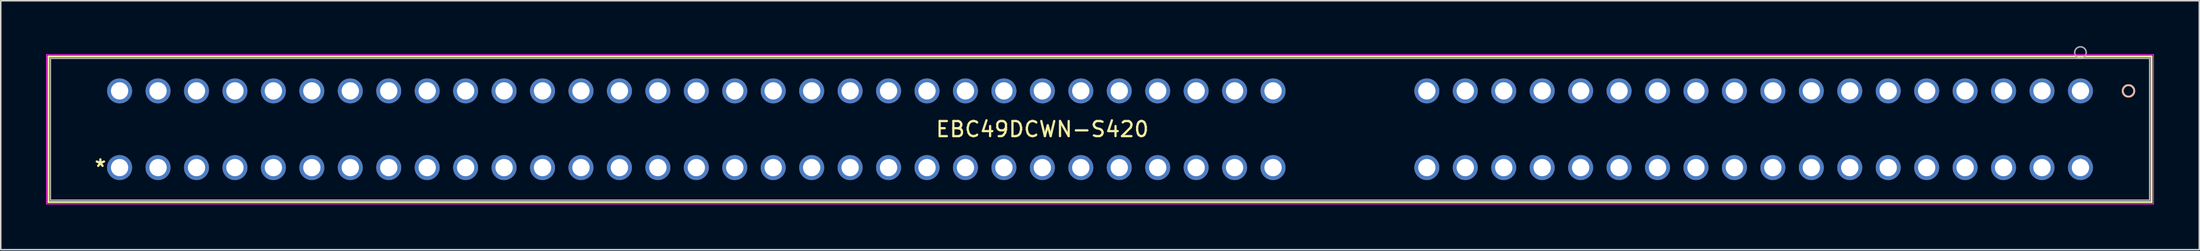
<source format=kicad_pcb>
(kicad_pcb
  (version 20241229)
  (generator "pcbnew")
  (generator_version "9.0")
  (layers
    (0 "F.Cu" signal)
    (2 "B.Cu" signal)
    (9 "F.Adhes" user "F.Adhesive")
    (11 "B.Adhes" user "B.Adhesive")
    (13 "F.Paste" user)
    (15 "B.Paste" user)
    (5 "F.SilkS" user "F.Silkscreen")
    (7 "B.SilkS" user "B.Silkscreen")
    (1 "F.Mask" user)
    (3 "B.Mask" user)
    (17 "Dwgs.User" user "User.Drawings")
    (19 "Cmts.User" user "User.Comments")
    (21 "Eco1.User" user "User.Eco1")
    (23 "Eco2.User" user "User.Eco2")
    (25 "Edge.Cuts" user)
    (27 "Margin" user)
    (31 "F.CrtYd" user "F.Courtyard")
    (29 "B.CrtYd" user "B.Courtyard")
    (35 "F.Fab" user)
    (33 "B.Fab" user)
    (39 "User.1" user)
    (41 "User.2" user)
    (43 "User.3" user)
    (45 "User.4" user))
  (footprint "EBC49DCWN-S420"
    (layer "F.Cu")
    (at 4.851 8.051)
    (property "Reference" "EBC49DCWN-S420" (at 60.96 -2.54 0) (layer "F.SilkS") (effects (font (size 1 1) (thickness 0.15))))
    (attr through_hole)
    (fp_line (start -4.699 -7.366) (end -4.699 2.286) (stroke (width 0.12) (type solid)) (layer "F.SilkS"))
    (fp_line (start -4.699 2.286) (end 134.239 2.286) (stroke (width 0.12) (type solid)) (layer "F.SilkS"))
    (fp_line (start 134.239 -7.366) (end -4.699 -7.366) (stroke (width 0.12) (type solid)) (layer "F.SilkS"))
    (fp_line (start 134.239 2.286) (end 134.239 -7.366) (stroke (width 0.12) (type solid)) (layer "F.SilkS"))
    (fp_circle (center 132.715 -5.08) (end 133.096 -5.08) (stroke (width 0.12) (type solid)) (fill no) (layer "F.SilkS"))
    (fp_circle (center 132.715 -5.08) (end 133.096 -5.08) (stroke (width 0.12) (type solid)) (fill no) (layer "B.SilkS"))
    (fp_line (start -4.826 -7.493) (end -4.826 2.413) (stroke (width 0.05) (type solid)) (layer "F.CrtYd"))
    (fp_line (start -4.826 -7.493) (end -4.826 2.413) (stroke (width 0.05) (type solid)) (layer "F.CrtYd"))
    (fp_line (start -4.826 2.413) (end 134.366 2.413) (stroke (width 0.05) (type solid)) (layer "F.CrtYd"))
    (fp_line (start -4.826 2.413) (end 134.366 2.413) (stroke (width 0.05) (type solid)) (layer "F.CrtYd"))
    (fp_line (start 134.366 -7.493) (end -4.826 -7.493) (stroke (width 0.05) (type solid)) (layer "F.CrtYd"))
    (fp_line (start 134.366 -7.493) (end -4.826 -7.493) (stroke (width 0.05) (type solid)) (layer "F.CrtYd"))
    (fp_line (start 134.366 2.413) (end 134.366 -7.493) (stroke (width 0.05) (type solid)) (layer "F.CrtYd"))
    (fp_line (start 134.366 2.413) (end 134.366 -7.493) (stroke (width 0.05) (type solid)) (layer "F.CrtYd"))
    (fp_line (start -4.572 -7.239) (end -4.572 2.159) (stroke (width 0.1) (type solid)) (layer "F.Fab"))
    (fp_line (start -4.572 2.159) (end 134.112 2.159) (stroke (width 0.1) (type solid)) (layer "F.Fab"))
    (fp_line (start 134.112 -7.239) (end -4.572 -7.239) (stroke (width 0.1) (type solid)) (layer "F.Fab"))
    (fp_line (start 134.112 2.159) (end 134.112 -7.239) (stroke (width 0.1) (type solid)) (layer "F.Fab"))
    (fp_circle (center 129.54 -7.62) (end 129.921 -7.62) (stroke (width 0.1) (type solid)) (fill no) (layer "F.Fab"))
    (fp_text user "*" (at -1.27 0 0) (layer "F.SilkS") (effects (font (size 1 1) (thickness 0.15))))
    (fp_text user "*" (at 129.54 0 0) (layer "F.Fab") (effects (font (size 1 1) (thickness 0.15))))
    (pad "1" thru_hole circle (at 0 0) (size 1.651 1.651) (drill 1.143) (layers "*.Cu" "*.Mask"))
    (pad "2" thru_hole circle (at 2.54 0) (size 1.651 1.651) (drill 1.143) (layers "*.Cu" "*.Mask"))
    (pad "3" thru_hole circle (at 5.08 0) (size 1.651 1.651) (drill 1.143) (layers "*.Cu" "*.Mask"))
    (pad "4" thru_hole circle (at 7.62 0) (size 1.651 1.651) (drill 1.143) (layers "*.Cu" "*.Mask"))
    (pad "5" thru_hole circle (at 10.16 0) (size 1.651 1.651) (drill 1.143) (layers "*.Cu" "*.Mask"))
    (pad "6" thru_hole circle (at 12.7 0) (size 1.651 1.651) (drill 1.143) (layers "*.Cu" "*.Mask"))
    (pad "7" thru_hole circle (at 15.24 0) (size 1.651 1.651) (drill 1.143) (layers "*.Cu" "*.Mask"))
    (pad "8" thru_hole circle (at 17.78 0) (size 1.651 1.651) (drill 1.143) (layers "*.Cu" "*.Mask"))
    (pad "9" thru_hole circle (at 20.32 0) (size 1.651 1.651) (drill 1.143) (layers "*.Cu" "*.Mask"))
    (pad "10" thru_hole circle (at 22.86 0) (size 1.651 1.651) (drill 1.143) (layers "*.Cu" "*.Mask"))
    (pad "11" thru_hole circle (at 25.4 0) (size 1.651 1.651) (drill 1.143) (layers "*.Cu" "*.Mask"))
    (pad "12" thru_hole circle (at 27.94 0) (size 1.651 1.651) (drill 1.143) (layers "*.Cu" "*.Mask"))
    (pad "13" thru_hole circle (at 30.48 0) (size 1.651 1.651) (drill 1.143) (layers "*.Cu" "*.Mask"))
    (pad "14" thru_hole circle (at 33.02 0) (size 1.651 1.651) (drill 1.143) (layers "*.Cu" "*.Mask"))
    (pad "15" thru_hole circle (at 35.56 0) (size 1.651 1.651) (drill 1.143) (layers "*.Cu" "*.Mask"))
    (pad "16" thru_hole circle (at 38.1 0) (size 1.651 1.651) (drill 1.143) (layers "*.Cu" "*.Mask"))
    (pad "17" thru_hole circle (at 40.64 0) (size 1.651 1.651) (drill 1.143) (layers "*.Cu" "*.Mask"))
    (pad "18" thru_hole circle (at 43.18 0) (size 1.651 1.651) (drill 1.143) (layers "*.Cu" "*.Mask"))
    (pad "19" thru_hole circle (at 45.72 0) (size 1.651 1.651) (drill 1.143) (layers "*.Cu" "*.Mask"))
    (pad "20" thru_hole circle (at 48.26 0) (size 1.651 1.651) (drill 1.143) (layers "*.Cu" "*.Mask"))
    (pad "21" thru_hole circle (at 50.8 0) (size 1.651 1.651) (drill 1.143) (layers "*.Cu" "*.Mask"))
    (pad "22" thru_hole circle (at 53.34 0) (size 1.651 1.651) (drill 1.143) (layers "*.Cu" "*.Mask"))
    (pad "23" thru_hole circle (at 55.88 0) (size 1.651 1.651) (drill 1.143) (layers "*.Cu" "*.Mask"))
    (pad "24" thru_hole circle (at 58.42 0) (size 1.651 1.651) (drill 1.143) (layers "*.Cu" "*.Mask"))
    (pad "25" thru_hole circle (at 60.96 0) (size 1.651 1.651) (drill 1.143) (layers "*.Cu" "*.Mask"))
    (pad "26" thru_hole circle (at 63.5 0) (size 1.651 1.651) (drill 1.143) (layers "*.Cu" "*.Mask"))
    (pad "27" thru_hole circle (at 66.04 0) (size 1.651 1.651) (drill 1.143) (layers "*.Cu" "*.Mask"))
    (pad "28" thru_hole circle (at 68.58 0) (size 1.651 1.651) (drill 1.143) (layers "*.Cu" "*.Mask"))
    (pad "29" thru_hole circle (at 71.12 0) (size 1.651 1.651) (drill 1.143) (layers "*.Cu" "*.Mask"))
    (pad "30" thru_hole circle (at 73.66 0) (size 1.651 1.651) (drill 1.143) (layers "*.Cu" "*.Mask"))
    (pad "31" thru_hole circle (at 76.2 0) (size 1.651 1.651) (drill 1.143) (layers "*.Cu" "*.Mask"))
    (pad "32" thru_hole circle (at 0 -5.08) (size 1.651 1.651) (drill 1.143) (layers "*.Cu" "*.Mask"))
    (pad "33" thru_hole circle (at 2.54 -5.08) (size 1.651 1.651) (drill 1.143) (layers "*.Cu" "*.Mask"))
    (pad "34" thru_hole circle (at 5.08 -5.08) (size 1.651 1.651) (drill 1.143) (layers "*.Cu" "*.Mask"))
    (pad "35" thru_hole circle (at 7.62 -5.08) (size 1.651 1.651) (drill 1.143) (layers "*.Cu" "*.Mask"))
    (pad "36" thru_hole circle (at 10.16 -5.08) (size 1.651 1.651) (drill 1.143) (layers "*.Cu" "*.Mask"))
    (pad "37" thru_hole circle (at 12.7 -5.08) (size 1.651 1.651) (drill 1.143) (layers "*.Cu" "*.Mask"))
    (pad "38" thru_hole circle (at 15.24 -5.08) (size 1.651 1.651) (drill 1.143) (layers "*.Cu" "*.Mask"))
    (pad "39" thru_hole circle (at 17.78 -5.08) (size 1.651 1.651) (drill 1.143) (layers "*.Cu" "*.Mask"))
    (pad "40" thru_hole circle (at 20.32 -5.08) (size 1.651 1.651) (drill 1.143) (layers "*.Cu" "*.Mask"))
    (pad "41" thru_hole circle (at 22.86 -5.08) (size 1.651 1.651) (drill 1.143) (layers "*.Cu" "*.Mask"))
    (pad "42" thru_hole circle (at 25.4 -5.08) (size 1.651 1.651) (drill 1.143) (layers "*.Cu" "*.Mask"))
    (pad "43" thru_hole circle (at 27.94 -5.08) (size 1.651 1.651) (drill 1.143) (layers "*.Cu" "*.Mask"))
    (pad "44" thru_hole circle (at 30.48 -5.08) (size 1.651 1.651) (drill 1.143) (layers "*.Cu" "*.Mask"))
    (pad "45" thru_hole circle (at 33.02 -5.08) (size 1.651 1.651) (drill 1.143) (layers "*.Cu" "*.Mask"))
    (pad "46" thru_hole circle (at 35.56 -5.08) (size 1.651 1.651) (drill 1.143) (layers "*.Cu" "*.Mask"))
    (pad "47" thru_hole circle (at 38.1 -5.08) (size 1.651 1.651) (drill 1.143) (layers "*.Cu" "*.Mask"))
    (pad "48" thru_hole circle (at 40.64 -5.08) (size 1.651 1.651) (drill 1.143) (layers "*.Cu" "*.Mask"))
    (pad "49" thru_hole circle (at 43.18 -5.08) (size 1.651 1.651) (drill 1.143) (layers "*.Cu" "*.Mask"))
    (pad "50" thru_hole circle (at 45.72 -5.08) (size 1.651 1.651) (drill 1.143) (layers "*.Cu" "*.Mask"))
    (pad "51" thru_hole circle (at 48.26 -5.08) (size 1.651 1.651) (drill 1.143) (layers "*.Cu" "*.Mask"))
    (pad "52" thru_hole circle (at 50.8 -5.08) (size 1.651 1.651) (drill 1.143) (layers "*.Cu" "*.Mask"))
    (pad "53" thru_hole circle (at 53.34 -5.08) (size 1.651 1.651) (drill 1.143) (layers "*.Cu" "*.Mask"))
    (pad "54" thru_hole circle (at 55.88 -5.08) (size 1.651 1.651) (drill 1.143) (layers "*.Cu" "*.Mask"))
    (pad "55" thru_hole circle (at 58.42 -5.08) (size 1.651 1.651) (drill 1.143) (layers "*.Cu" "*.Mask"))
    (pad "56" thru_hole circle (at 60.96 -5.08) (size 1.651 1.651) (drill 1.143) (layers "*.Cu" "*.Mask"))
    (pad "57" thru_hole circle (at 63.5 -5.08) (size 1.651 1.651) (drill 1.143) (layers "*.Cu" "*.Mask"))
    (pad "58" thru_hole circle (at 66.04 -5.08) (size 1.651 1.651) (drill 1.143) (layers "*.Cu" "*.Mask"))
    (pad "59" thru_hole circle (at 68.58 -5.08) (size 1.651 1.651) (drill 1.143) (layers "*.Cu" "*.Mask"))
    (pad "60" thru_hole circle (at 71.12 -5.08) (size 1.651 1.651) (drill 1.143) (layers "*.Cu" "*.Mask"))
    (pad "61" thru_hole circle (at 73.66 -5.08) (size 1.651 1.651) (drill 1.143) (layers "*.Cu" "*.Mask"))
    (pad "62" thru_hole circle (at 76.2 -5.08) (size 1.651 1.651) (drill 1.143) (layers "*.Cu" "*.Mask"))
    (pad "63" thru_hole circle (at 86.36 0) (size 1.651 1.651) (drill 1.143) (layers "*.Cu" "*.Mask"))
    (pad "64" thru_hole circle (at 88.9 0) (size 1.651 1.651) (drill 1.143) (layers "*.Cu" "*.Mask"))
    (pad "65" thru_hole circle (at 91.44 0) (size 1.651 1.651) (drill 1.143) (layers "*.Cu" "*.Mask"))
    (pad "66" thru_hole circle (at 93.98 0) (size 1.651 1.651) (drill 1.143) (layers "*.Cu" "*.Mask"))
    (pad "67" thru_hole circle (at 96.52 0) (size 1.651 1.651) (drill 1.143) (layers "*.Cu" "*.Mask"))
    (pad "68" thru_hole circle (at 99.06 0) (size 1.651 1.651) (drill 1.143) (layers "*.Cu" "*.Mask"))
    (pad "69" thru_hole circle (at 101.6 0) (size 1.651 1.651) (drill 1.143) (layers "*.Cu" "*.Mask"))
    (pad "70" thru_hole circle (at 104.14 0) (size 1.651 1.651) (drill 1.143) (layers "*.Cu" "*.Mask"))
    (pad "71" thru_hole circle (at 106.68 0) (size 1.651 1.651) (drill 1.143) (layers "*.Cu" "*.Mask"))
    (pad "72" thru_hole circle (at 109.22 0) (size 1.651 1.651) (drill 1.143) (layers "*.Cu" "*.Mask"))
    (pad "73" thru_hole circle (at 111.76 0) (size 1.651 1.651) (drill 1.143) (layers "*.Cu" "*.Mask"))
    (pad "74" thru_hole circle (at 114.3 0) (size 1.651 1.651) (drill 1.143) (layers "*.Cu" "*.Mask"))
    (pad "75" thru_hole circle (at 116.84 0) (size 1.651 1.651) (drill 1.143) (layers "*.Cu" "*.Mask"))
    (pad "76" thru_hole circle (at 119.38 0) (size 1.651 1.651) (drill 1.143) (layers "*.Cu" "*.Mask"))
    (pad "77" thru_hole circle (at 121.92 0) (size 1.651 1.651) (drill 1.143) (layers "*.Cu" "*.Mask"))
    (pad "78" thru_hole circle (at 124.46 0) (size 1.651 1.651) (drill 1.143) (layers "*.Cu" "*.Mask"))
    (pad "79" thru_hole circle (at 127 0) (size 1.651 1.651) (drill 1.143) (layers "*.Cu" "*.Mask"))
    (pad "80" thru_hole circle (at 129.54 0) (size 1.651 1.651) (drill 1.143) (layers "*.Cu" "*.Mask"))
    (pad "81" thru_hole circle (at 86.36 -5.08) (size 1.651 1.651) (drill 1.143) (layers "*.Cu" "*.Mask"))
    (pad "82" thru_hole circle (at 88.9 -5.08) (size 1.651 1.651) (drill 1.143) (layers "*.Cu" "*.Mask"))
    (pad "83" thru_hole circle (at 91.44 -5.08) (size 1.651 1.651) (drill 1.143) (layers "*.Cu" "*.Mask"))
    (pad "84" thru_hole circle (at 93.98 -5.08) (size 1.651 1.651) (drill 1.143) (layers "*.Cu" "*.Mask"))
    (pad "85" thru_hole circle (at 96.52 -5.08) (size 1.651 1.651) (drill 1.143) (layers "*.Cu" "*.Mask"))
    (pad "86" thru_hole circle (at 99.06 -5.08) (size 1.651 1.651) (drill 1.143) (layers "*.Cu" "*.Mask"))
    (pad "87" thru_hole circle (at 101.6 -5.08) (size 1.651 1.651) (drill 1.143) (layers "*.Cu" "*.Mask"))
    (pad "88" thru_hole circle (at 104.14 -5.08) (size 1.651 1.651) (drill 1.143) (layers "*.Cu" "*.Mask"))
    (pad "89" thru_hole circle (at 106.68 -5.08) (size 1.651 1.651) (drill 1.143) (layers "*.Cu" "*.Mask"))
    (pad "90" thru_hole circle (at 109.22 -5.08) (size 1.651 1.651) (drill 1.143) (layers "*.Cu" "*.Mask"))
    (pad "91" thru_hole circle (at 111.76 -5.08) (size 1.651 1.651) (drill 1.143) (layers "*.Cu" "*.Mask"))
    (pad "92" thru_hole circle (at 114.3 -5.08) (size 1.651 1.651) (drill 1.143) (layers "*.Cu" "*.Mask"))
    (pad "93" thru_hole circle (at 116.84 -5.08) (size 1.651 1.651) (drill 1.143) (layers "*.Cu" "*.Mask"))
    (pad "94" thru_hole circle (at 119.38 -5.08) (size 1.651 1.651) (drill 1.143) (layers "*.Cu" "*.Mask"))
    (pad "95" thru_hole circle (at 121.92 -5.08) (size 1.651 1.651) (drill 1.143) (layers "*.Cu" "*.Mask"))
    (pad "96" thru_hole circle (at 124.46 -5.08) (size 1.651 1.651) (drill 1.143) (layers "*.Cu" "*.Mask"))
    (pad "97" thru_hole circle (at 127 -5.08) (size 1.651 1.651) (drill 1.143) (layers "*.Cu" "*.Mask"))
    (pad "98" thru_hole circle (at 129.54 -5.08) (size 1.651 1.651) (drill 1.143) (layers "*.Cu" "*.Mask")))
  (gr_rect
    (start -3 -3)
    (end 142.242 13.489)
    (stroke (width 0.1) (type default))
    (fill no)
    (layer "Edge.Cuts")))
</source>
